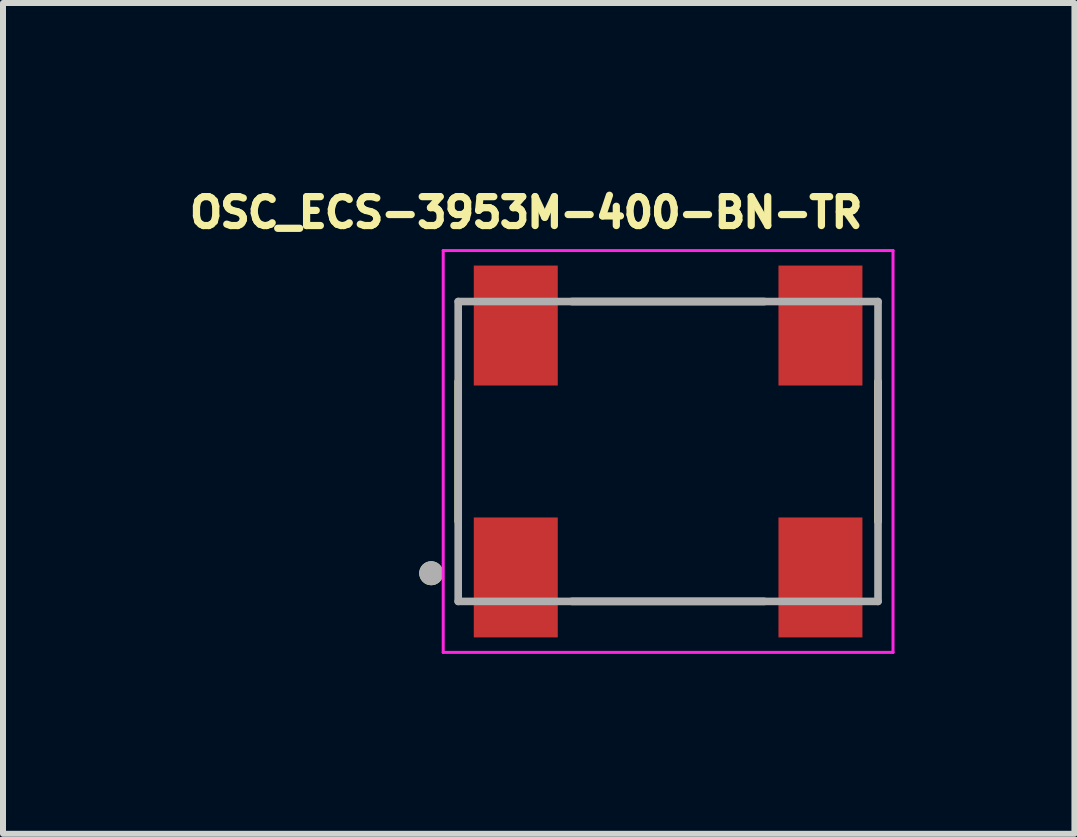
<source format=kicad_pcb>
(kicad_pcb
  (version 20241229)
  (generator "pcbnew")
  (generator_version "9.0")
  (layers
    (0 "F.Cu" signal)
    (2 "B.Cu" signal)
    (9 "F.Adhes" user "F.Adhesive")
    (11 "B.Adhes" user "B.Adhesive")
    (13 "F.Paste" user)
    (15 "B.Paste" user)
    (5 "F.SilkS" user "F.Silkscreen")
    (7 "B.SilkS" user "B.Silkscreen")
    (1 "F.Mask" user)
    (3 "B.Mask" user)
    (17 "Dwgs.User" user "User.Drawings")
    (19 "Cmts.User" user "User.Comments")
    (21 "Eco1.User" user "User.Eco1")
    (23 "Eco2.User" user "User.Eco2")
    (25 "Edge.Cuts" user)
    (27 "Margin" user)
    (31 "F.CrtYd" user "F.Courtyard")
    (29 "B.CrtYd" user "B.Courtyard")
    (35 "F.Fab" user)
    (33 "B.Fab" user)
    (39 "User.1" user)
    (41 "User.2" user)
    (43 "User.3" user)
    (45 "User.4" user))
  (footprint "OSC_ECS-3953M-400-BN-TR"
    (layer "F.Cu")
    (at 8.09 4.478)
    (property "Reference" "OSC_ECS-3953M-400-BN-TR" (at -2.367 -3.984 0) (layer "F.SilkS") (effects (font (size 0.482 0.482) (thickness 0.15))))
    (attr smd)
    (fp_line (start -3.5 -1.165) (end -3.5 1.165) (stroke (width 0.127) (type solid)) (layer "F.SilkS"))
    (fp_line (start -1.605 -2.5) (end 1.605 -2.5) (stroke (width 0.127) (type solid)) (layer "F.SilkS"))
    (fp_line (start -1.605 2.5) (end 1.605 2.5) (stroke (width 0.127) (type solid)) (layer "F.SilkS"))
    (fp_line (start 3.5 -1.165) (end 3.5 1.165) (stroke (width 0.127) (type solid)) (layer "F.SilkS"))
    (fp_circle (center -3.95 2.03) (end -3.85 2.03) (stroke (width 0.2) (type solid)) (fill no) (layer "F.SilkS"))
    (fp_line (start -3.75 -3.35) (end -3.75 3.35) (stroke (width 0.05) (type solid)) (layer "F.CrtYd"))
    (fp_line (start -3.75 -3.35) (end 3.75 -3.35) (stroke (width 0.05) (type solid)) (layer "F.CrtYd"))
    (fp_line (start -3.75 3.35) (end 3.75 3.35) (stroke (width 0.05) (type solid)) (layer "F.CrtYd"))
    (fp_line (start 3.75 3.35) (end 3.75 -3.35) (stroke (width 0.05) (type solid)) (layer "F.CrtYd"))
    (fp_line (start -3.5 -2.5) (end 3.5 -2.5) (stroke (width 0.127) (type solid)) (layer "F.Fab"))
    (fp_line (start -3.5 2.5) (end -3.5 -2.5) (stroke (width 0.127) (type solid)) (layer "F.Fab"))
    (fp_line (start 3.5 -2.5) (end 3.5 2.5) (stroke (width 0.127) (type solid)) (layer "F.Fab"))
    (fp_line (start 3.5 2.5) (end -3.5 2.5) (stroke (width 0.127) (type solid)) (layer "F.Fab"))
    (fp_circle (center -3.95 2.03) (end -3.85 2.03) (stroke (width 0.2) (type solid)) (fill no) (layer "F.Fab"))
    (pad "1" smd rect (at -2.54 2.1) (size 1.4 2) (layers "F.Cu" "F.Mask" "F.Paste"))
    (pad "2" smd rect (at 2.54 2.1) (size 1.4 2) (layers "F.Cu" "F.Mask" "F.Paste"))
    (pad "3" smd rect (at 2.54 -2.1) (size 1.4 2) (layers "F.Cu" "F.Mask" "F.Paste"))
    (pad "4" smd rect (at -2.54 -2.1) (size 1.4 2) (layers "F.Cu" "F.Mask" "F.Paste")))
  (gr_rect
    (start -3 -3)
    (end 14.865 10.853)
    (stroke (width 0.1) (type default))
    (fill no)
    (layer "Edge.Cuts")))
</source>
